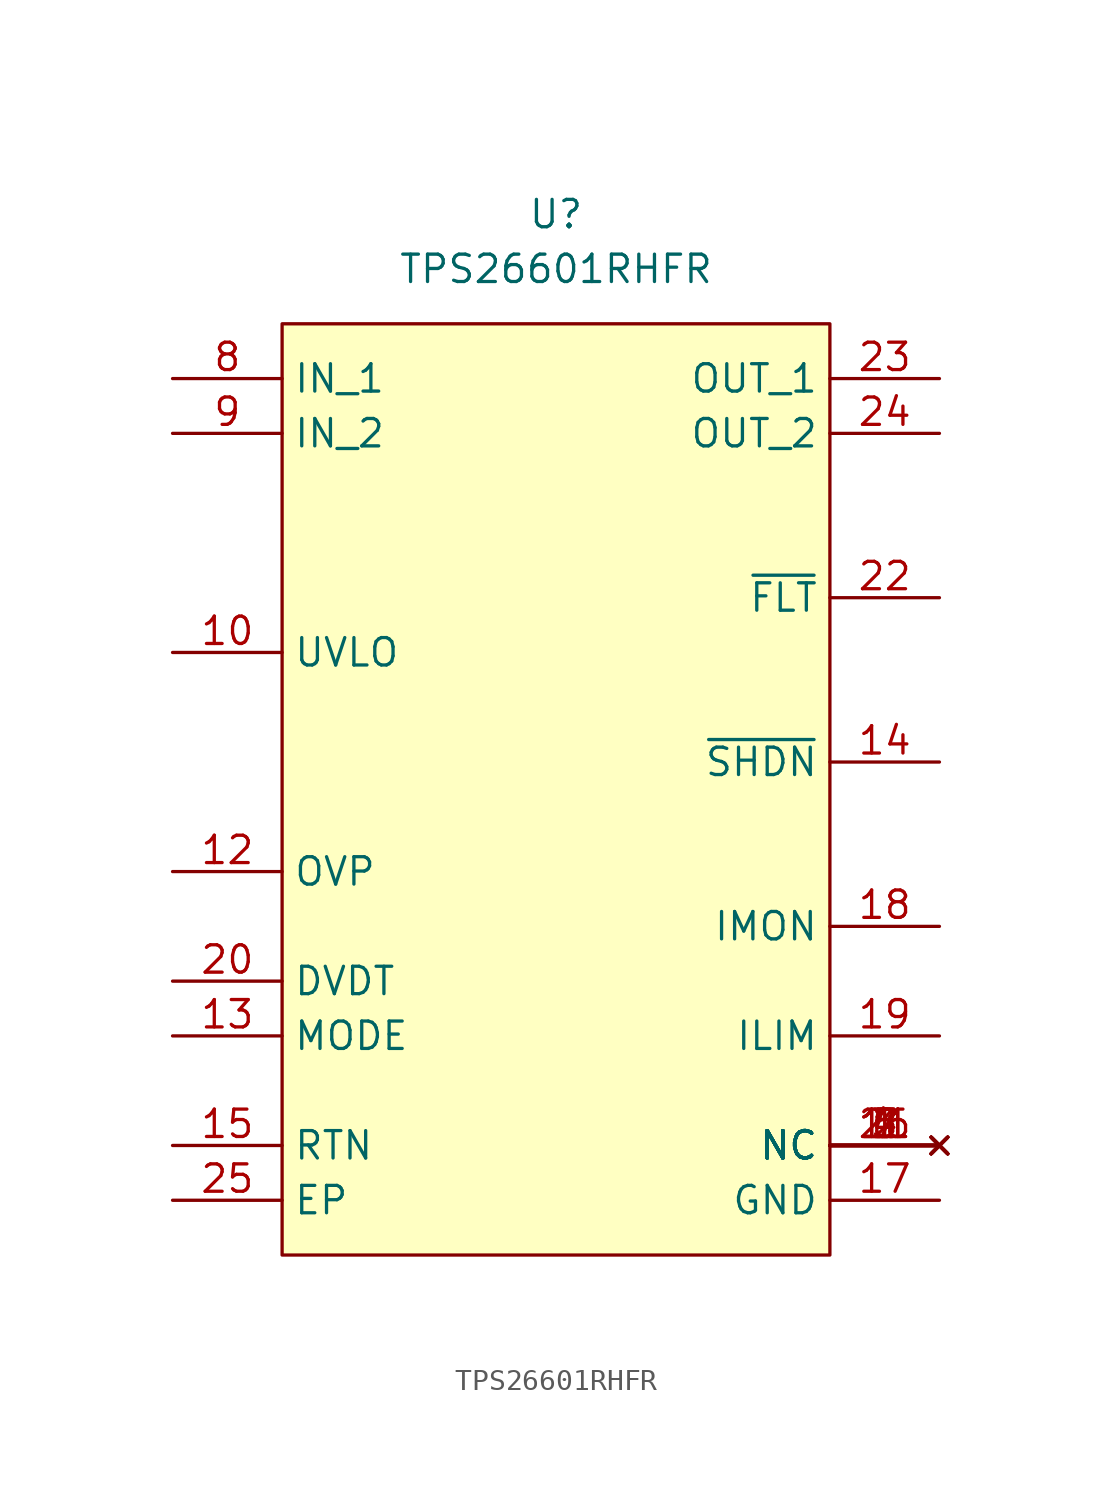
<source format=kicad_sym>
(kicad_symbol_lib
  (version 20241209)
  (generator "kicad_symbol_editor")
  (generator_version "9.0")
  (symbol "TPS26601RHFR"
    (property "Reference" "U"
      (at 0 5.08 0)
      (effects (font (size 1.27 1.27))))
    (property "Value" "TPS26601RHFR"
      (at 0 2.54 0)
      (effects (font (size 1.27 1.27))))
    (symbol "TPS26601RHFR_1_1"
      (rectangle (start -12.7 0) (end 12.7 -43.18) (stroke (width 0) (type solid)) (fill (type background)))
      (pin power_in line (at -17.78 -2.54 0) (length 5.08) (name "IN_1" (effects (font (size 1.27 1.27)))) (number "8" (effects (font (size 1.27 1.27)))))
      (pin power_in line (at -17.78 -5.08 0) (length 5.08) (name "IN_2" (effects (font (size 1.27 1.27)))) (number "9" (effects (font (size 1.27 1.27)))))
      (pin input line (at -17.78 -15.24 0) (length 5.08) (name "UVLO" (effects (font (size 1.27 1.27)))) (number "10" (effects (font (size 1.27 1.27)))))
      (pin input line (at -17.78 -25.4 0) (length 5.08) (name "OVP" (effects (font (size 1.27 1.27)))) (number "12" (effects (font (size 1.27 1.27)))))
      (pin bidirectional line (at -17.78 -30.48 0) (length 5.08) (name "DVDT" (effects (font (size 1.27 1.27)))) (number "20" (effects (font (size 1.27 1.27)))))
      (pin input line (at -17.78 -33.02 0) (length 5.08) (name "MODE" (effects (font (size 1.27 1.27)))) (number "13" (effects (font (size 1.27 1.27)))))
      (pin passive line (at -17.78 -38.1 0) (length 5.08) (name "RTN" (effects (font (size 1.27 1.27)))) (number "15" (effects (font (size 1.27 1.27)))))
      (pin passive line (at -17.78 -40.64 0) (length 5.08) (name "EP" (effects (font (size 1.27 1.27)))) (number "25" (effects (font (size 1.27 1.27)))))
      (pin power_out line (at 17.78 -2.54 180) (length 5.08) (name "OUT_1" (effects (font (size 1.27 1.27)))) (number "23" (effects (font (size 1.27 1.27)))))
      (pin power_out line (at 17.78 -5.08 180) (length 5.08) (name "OUT_2" (effects (font (size 1.27 1.27)))) (number "24" (effects (font (size 1.27 1.27)))))
      (pin output line (at 17.78 -12.7 180) (length 5.08) (name "~{FLT}" (effects (font (size 1.27 1.27)))) (number "22" (effects (font (size 1.27 1.27)))))
      (pin input line (at 17.78 -20.32 180) (length 5.08) (name "~{SHDN}" (effects (font (size 1.27 1.27)))) (number "14" (effects (font (size 1.27 1.27)))))
      (pin output line (at 17.78 -27.94 180) (length 5.08) (name "IMON" (effects (font (size 1.27 1.27)))) (number "18" (effects (font (size 1.27 1.27)))))
      (pin bidirectional line (at 17.78 -33.02 180) (length 5.08) (name "ILIM" (effects (font (size 1.27 1.27)))) (number "19" (effects (font (size 1.27 1.27)))))
      (pin no_connect line (at 17.78 -38.1 180) (length 5.08) (name "NC" (effects (font (size 1.27 1.27)))) (number "1" (effects (font (size 1.27 1.27)))))
      (pin no_connect line (at 17.78 -38.1 180) (length 5.08) (name "NC" (effects (font (size 1.27 1.27)))) (number "11" (effects (font (size 1.27 1.27)))))
      (pin no_connect line (at 17.78 -38.1 180) (length 5.08) (name "NC" (effects (font (size 1.27 1.27)))) (number "16" (effects (font (size 1.27 1.27)))))
      (pin no_connect line (at 17.78 -38.1 180) (length 5.08) (name "NC" (effects (font (size 1.27 1.27)))) (number "2" (effects (font (size 1.27 1.27)))))
      (pin no_connect line (at 17.78 -38.1 180) (length 5.08) (name "NC" (effects (font (size 1.27 1.27)))) (number "21" (effects (font (size 1.27 1.27)))))
      (pin no_connect line (at 17.78 -38.1 180) (length 5.08) (name "NC" (effects (font (size 1.27 1.27)))) (number "3" (effects (font (size 1.27 1.27)))))
      (pin no_connect line (at 17.78 -38.1 180) (length 5.08) (name "NC" (effects (font (size 1.27 1.27)))) (number "4" (effects (font (size 1.27 1.27)))))
      (pin no_connect line (at 17.78 -38.1 180) (length 5.08) (name "NC" (effects (font (size 1.27 1.27)))) (number "5" (effects (font (size 1.27 1.27)))))
      (pin no_connect line (at 17.78 -38.1 180) (length 5.08) (name "NC" (effects (font (size 1.27 1.27)))) (number "6" (effects (font (size 1.27 1.27)))))
      (pin no_connect line (at 17.78 -38.1 180) (length 5.08) (name "NC" (effects (font (size 1.27 1.27)))) (number "7" (effects (font (size 1.27 1.27)))))
      (pin passive line (at 17.78 -40.64 180) (length 5.08) (name "GND" (effects (font (size 1.27 1.27)))) (number "17" (effects (font (size 1.27 1.27))))))))
</source>
